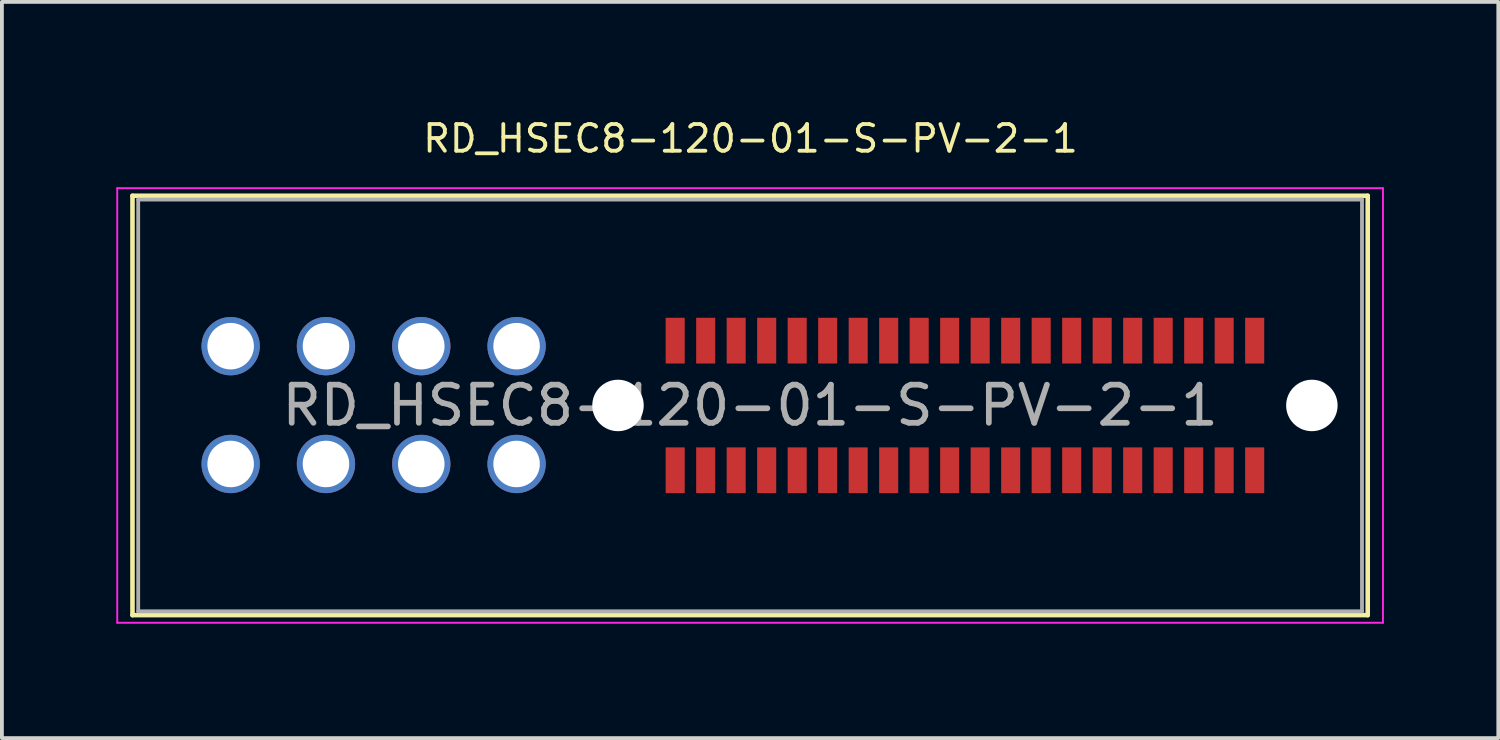
<source format=kicad_pcb>
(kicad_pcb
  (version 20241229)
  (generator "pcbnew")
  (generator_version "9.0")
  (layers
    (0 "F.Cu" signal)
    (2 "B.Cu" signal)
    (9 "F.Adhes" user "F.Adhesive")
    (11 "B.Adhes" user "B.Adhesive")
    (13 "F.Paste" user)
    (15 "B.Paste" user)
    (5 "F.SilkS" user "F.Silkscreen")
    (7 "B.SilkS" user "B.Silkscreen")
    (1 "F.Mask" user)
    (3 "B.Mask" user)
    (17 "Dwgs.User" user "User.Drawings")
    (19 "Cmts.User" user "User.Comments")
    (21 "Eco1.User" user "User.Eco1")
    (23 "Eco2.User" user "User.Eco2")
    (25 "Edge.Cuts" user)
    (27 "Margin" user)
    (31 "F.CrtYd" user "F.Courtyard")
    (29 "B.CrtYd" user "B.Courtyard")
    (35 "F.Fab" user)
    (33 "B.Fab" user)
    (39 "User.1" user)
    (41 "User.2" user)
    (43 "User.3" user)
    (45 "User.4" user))
  (footprint "RD_HSEC8-120-01-S-PV-2-1"
    (layer "F.Cu")
    (at 16.625 7.585)
    (property "Reference" "RD_HSEC8-120-01-S-PV-2-1" (at 0.01 -7 0) (layer "F.SilkS") (effects (font (size 0.7 0.7) (thickness 0.1))))
    (attr smd)
    (fp_line (start -16.2 -5.5) (end -16.2 5.5) (stroke (width 0.12) (type solid)) (layer "F.SilkS"))
    (fp_line (start -16.2 -5.5) (end 16.2 -5.5) (stroke (width 0.12) (type solid)) (layer "F.SilkS"))
    (fp_line (start 16.2 -5.5) (end 16.2 5.5) (stroke (width 0.12) (type solid)) (layer "F.SilkS"))
    (fp_line (start 16.2 5.5) (end -16.2 5.5) (stroke (width 0.12) (type solid)) (layer "F.SilkS"))
    (fp_rect (start -14.62 -4.356) (end -12.63 -0.29) (stroke (width 0.05) (type solid)) (fill yes) (layer "F.Paste"))
    (fp_rect (start -14.62 0.27) (end -12.63 4.337) (stroke (width 0.05) (type solid)) (fill yes) (layer "F.Paste"))
    (fp_rect (start -12.12 -4.356) (end -10.13 -0.29) (stroke (width 0.05) (type solid)) (fill yes) (layer "F.Paste"))
    (fp_rect (start -12.12 0.27) (end -10.13 4.337) (stroke (width 0.05) (type solid)) (fill yes) (layer "F.Paste"))
    (fp_rect (start -9.62 -4.356) (end -7.63 -0.29) (stroke (width 0.05) (type solid)) (fill yes) (layer "F.Paste"))
    (fp_rect (start -9.62 0.27) (end -7.63 4.337) (stroke (width 0.05) (type solid)) (fill yes) (layer "F.Paste"))
    (fp_rect (start -7.12 -4.356) (end -5.13 -0.29) (stroke (width 0.05) (type solid)) (fill yes) (layer "F.Paste"))
    (fp_rect (start -7.12 0.27) (end -5.13 4.337) (stroke (width 0.05) (type solid)) (fill yes) (layer "F.Paste"))
    (fp_line (start -16.6 -5.7) (end 16.6 -5.7) (stroke (width 0.05) (type solid)) (layer "F.CrtYd"))
    (fp_line (start -16.6 5.7) (end -16.6 -5.7) (stroke (width 0.05) (type solid)) (layer "F.CrtYd"))
    (fp_line (start 16.6 -5.7) (end 16.6 5.7) (stroke (width 0.05) (type solid)) (layer "F.CrtYd"))
    (fp_line (start 16.6 5.7) (end -16.6 5.7) (stroke (width 0.05) (type solid)) (layer "F.CrtYd"))
    (fp_line (start -16.05 -5.4) (end 16.05 -5.4) (stroke (width 0.1) (type solid)) (layer "F.Fab"))
    (fp_line (start -16.05 5.4) (end -16.05 -5.4) (stroke (width 0.1) (type solid)) (layer "F.Fab"))
    (fp_line (start 16.05 -5.4) (end 16.05 5.4) (stroke (width 0.1) (type solid)) (layer "F.Fab"))
    (fp_line (start 16.05 5.4) (end -16.05 5.4) (stroke (width 0.1) (type solid)) (layer "F.Fab"))
    (fp_text user "${REFERENCE}" (at 0 0 0) (layer "F.Fab") (effects (font (size 1 1) (thickness 0.15))))
    (pad "" np_thru_hole circle (at -3.465 0) (size 1.35 1.35) (drill 1.35) (layers "*.Cu" "*.Mask"))
    (pad "" np_thru_hole circle (at 14.735 0) (size 1.35 1.35) (drill 1.35) (layers "*.Cu" "*.Mask"))
    (pad "1" smd rect (at 13.235 1.7) (size 0.5 1.2) (layers "F.Cu" "F.Mask" "F.Paste"))
    (pad "2" smd rect (at 13.235 -1.7) (size 0.5 1.2) (layers "F.Cu" "F.Mask" "F.Paste"))
    (pad "3" smd rect (at 12.435 1.7) (size 0.5 1.2) (layers "F.Cu" "F.Mask" "F.Paste"))
    (pad "4" smd rect (at 12.435 -1.7) (size 0.5 1.2) (layers "F.Cu" "F.Mask" "F.Paste"))
    (pad "5" smd rect (at 11.635 1.7) (size 0.5 1.2) (layers "F.Cu" "F.Mask" "F.Paste"))
    (pad "6" smd rect (at 11.635 -1.7) (size 0.5 1.2) (layers "F.Cu" "F.Mask" "F.Paste"))
    (pad "7" smd rect (at 10.835 1.7) (size 0.5 1.2) (layers "F.Cu" "F.Mask" "F.Paste"))
    (pad "8" smd rect (at 10.835 -1.7) (size 0.5 1.2) (layers "F.Cu" "F.Mask" "F.Paste"))
    (pad "9" smd rect (at 10.035 1.7) (size 0.5 1.2) (layers "F.Cu" "F.Mask" "F.Paste"))
    (pad "10" smd rect (at 10.035 -1.7) (size 0.5 1.2) (layers "F.Cu" "F.Mask" "F.Paste"))
    (pad "11" smd rect (at 9.235 1.7) (size 0.5 1.2) (layers "F.Cu" "F.Mask" "F.Paste"))
    (pad "12" smd rect (at 9.235 -1.7) (size 0.5 1.2) (layers "F.Cu" "F.Mask" "F.Paste"))
    (pad "13" smd rect (at 8.435 1.7) (size 0.5 1.2) (layers "F.Cu" "F.Mask" "F.Paste"))
    (pad "14" smd rect (at 8.435 -1.7) (size 0.5 1.2) (layers "F.Cu" "F.Mask" "F.Paste"))
    (pad "15" smd rect (at 7.635 1.7) (size 0.5 1.2) (layers "F.Cu" "F.Mask" "F.Paste"))
    (pad "16" smd rect (at 7.635 -1.7) (size 0.5 1.2) (layers "F.Cu" "F.Mask" "F.Paste"))
    (pad "17" smd rect (at 6.835 1.7) (size 0.5 1.2) (layers "F.Cu" "F.Mask" "F.Paste"))
    (pad "18" smd rect (at 6.835 -1.7) (size 0.5 1.2) (layers "F.Cu" "F.Mask" "F.Paste"))
    (pad "19" smd rect (at 6.035 1.7) (size 0.5 1.2) (layers "F.Cu" "F.Mask" "F.Paste"))
    (pad "20" smd rect (at 6.035 -1.7) (size 0.5 1.2) (layers "F.Cu" "F.Mask" "F.Paste"))
    (pad "21" smd rect (at 5.235 1.7) (size 0.5 1.2) (layers "F.Cu" "F.Mask" "F.Paste"))
    (pad "22" smd rect (at 5.235 -1.7) (size 0.5 1.2) (layers "F.Cu" "F.Mask" "F.Paste"))
    (pad "23" smd rect (at 4.435 1.7) (size 0.5 1.2) (layers "F.Cu" "F.Mask" "F.Paste"))
    (pad "24" smd rect (at 4.435 -1.7) (size 0.5 1.2) (layers "F.Cu" "F.Mask" "F.Paste"))
    (pad "25" smd rect (at 3.635 1.7) (size 0.5 1.2) (layers "F.Cu" "F.Mask" "F.Paste"))
    (pad "26" smd rect (at 3.635 -1.7) (size 0.5 1.2) (layers "F.Cu" "F.Mask" "F.Paste"))
    (pad "27" smd rect (at 2.835 1.7) (size 0.5 1.2) (layers "F.Cu" "F.Mask" "F.Paste"))
    (pad "28" smd rect (at 2.835 -1.7) (size 0.5 1.2) (layers "F.Cu" "F.Mask" "F.Paste"))
    (pad "29" smd rect (at 2.035 1.7) (size 0.5 1.2) (layers "F.Cu" "F.Mask" "F.Paste"))
    (pad "30" smd rect (at 2.035 -1.7) (size 0.5 1.2) (layers "F.Cu" "F.Mask" "F.Paste"))
    (pad "31" smd rect (at 1.235 1.7) (size 0.5 1.2) (layers "F.Cu" "F.Mask" "F.Paste"))
    (pad "32" smd rect (at 1.235 -1.7) (size 0.5 1.2) (layers "F.Cu" "F.Mask" "F.Paste"))
    (pad "33" smd rect (at 0.435 1.7) (size 0.5 1.2) (layers "F.Cu" "F.Mask" "F.Paste"))
    (pad "34" smd rect (at 0.435 -1.7) (size 0.5 1.2) (layers "F.Cu" "F.Mask" "F.Paste"))
    (pad "35" smd rect (at -0.365 1.7) (size 0.5 1.2) (layers "F.Cu" "F.Mask" "F.Paste"))
    (pad "36" smd rect (at -0.365 -1.7) (size 0.5 1.2) (layers "F.Cu" "F.Mask" "F.Paste"))
    (pad "37" smd rect (at -1.165 1.7) (size 0.5 1.2) (layers "F.Cu" "F.Mask" "F.Paste"))
    (pad "38" smd rect (at -1.165 -1.7) (size 0.5 1.2) (layers "F.Cu" "F.Mask" "F.Paste"))
    (pad "39" smd rect (at -1.965 1.7) (size 0.5 1.2) (layers "F.Cu" "F.Mask" "F.Paste"))
    (pad "40" smd rect (at -1.965 -1.7) (size 0.5 1.2) (layers "F.Cu" "F.Mask" "F.Paste"))
    (pad "AP1" thru_hole circle (at -13.625 1.535 180) (size 1.53 1.53) (drill 1.22) (layers "*.Cu" "*.Mask"))
    (pad "AP2" thru_hole circle (at -6.125 -1.555) (size 1.53 1.53) (drill 1.22) (layers "*.Cu" "*.Mask"))
    (pad "BP1" thru_hole circle (at -11.125 1.535 180) (size 1.53 1.53) (drill 1.22) (layers "*.Cu" "*.Mask"))
    (pad "BP2" thru_hole circle (at -8.625 -1.555) (size 1.53 1.53) (drill 1.22) (layers "*.Cu" "*.Mask"))
    (pad "CP1" thru_hole circle (at -8.625 1.535 180) (size 1.53 1.53) (drill 1.22) (layers "*.Cu" "*.Mask"))
    (pad "CP2" thru_hole circle (at -11.125 -1.555) (size 1.53 1.53) (drill 1.22) (layers "*.Cu" "*.Mask"))
    (pad "DP1" thru_hole circle (at -6.125 1.535 180) (size 1.53 1.53) (drill 1.22) (layers "*.Cu" "*.Mask"))
    (pad "DP2" thru_hole circle (at -13.625 -1.555) (size 1.53 1.53) (drill 1.22) (layers "*.Cu" "*.Mask")))
  (gr_rect
    (start -3 -3)
    (end 36.25 16.31)
    (stroke (width 0.1) (type default))
    (fill no)
    (layer "Edge.Cuts")))
</source>
